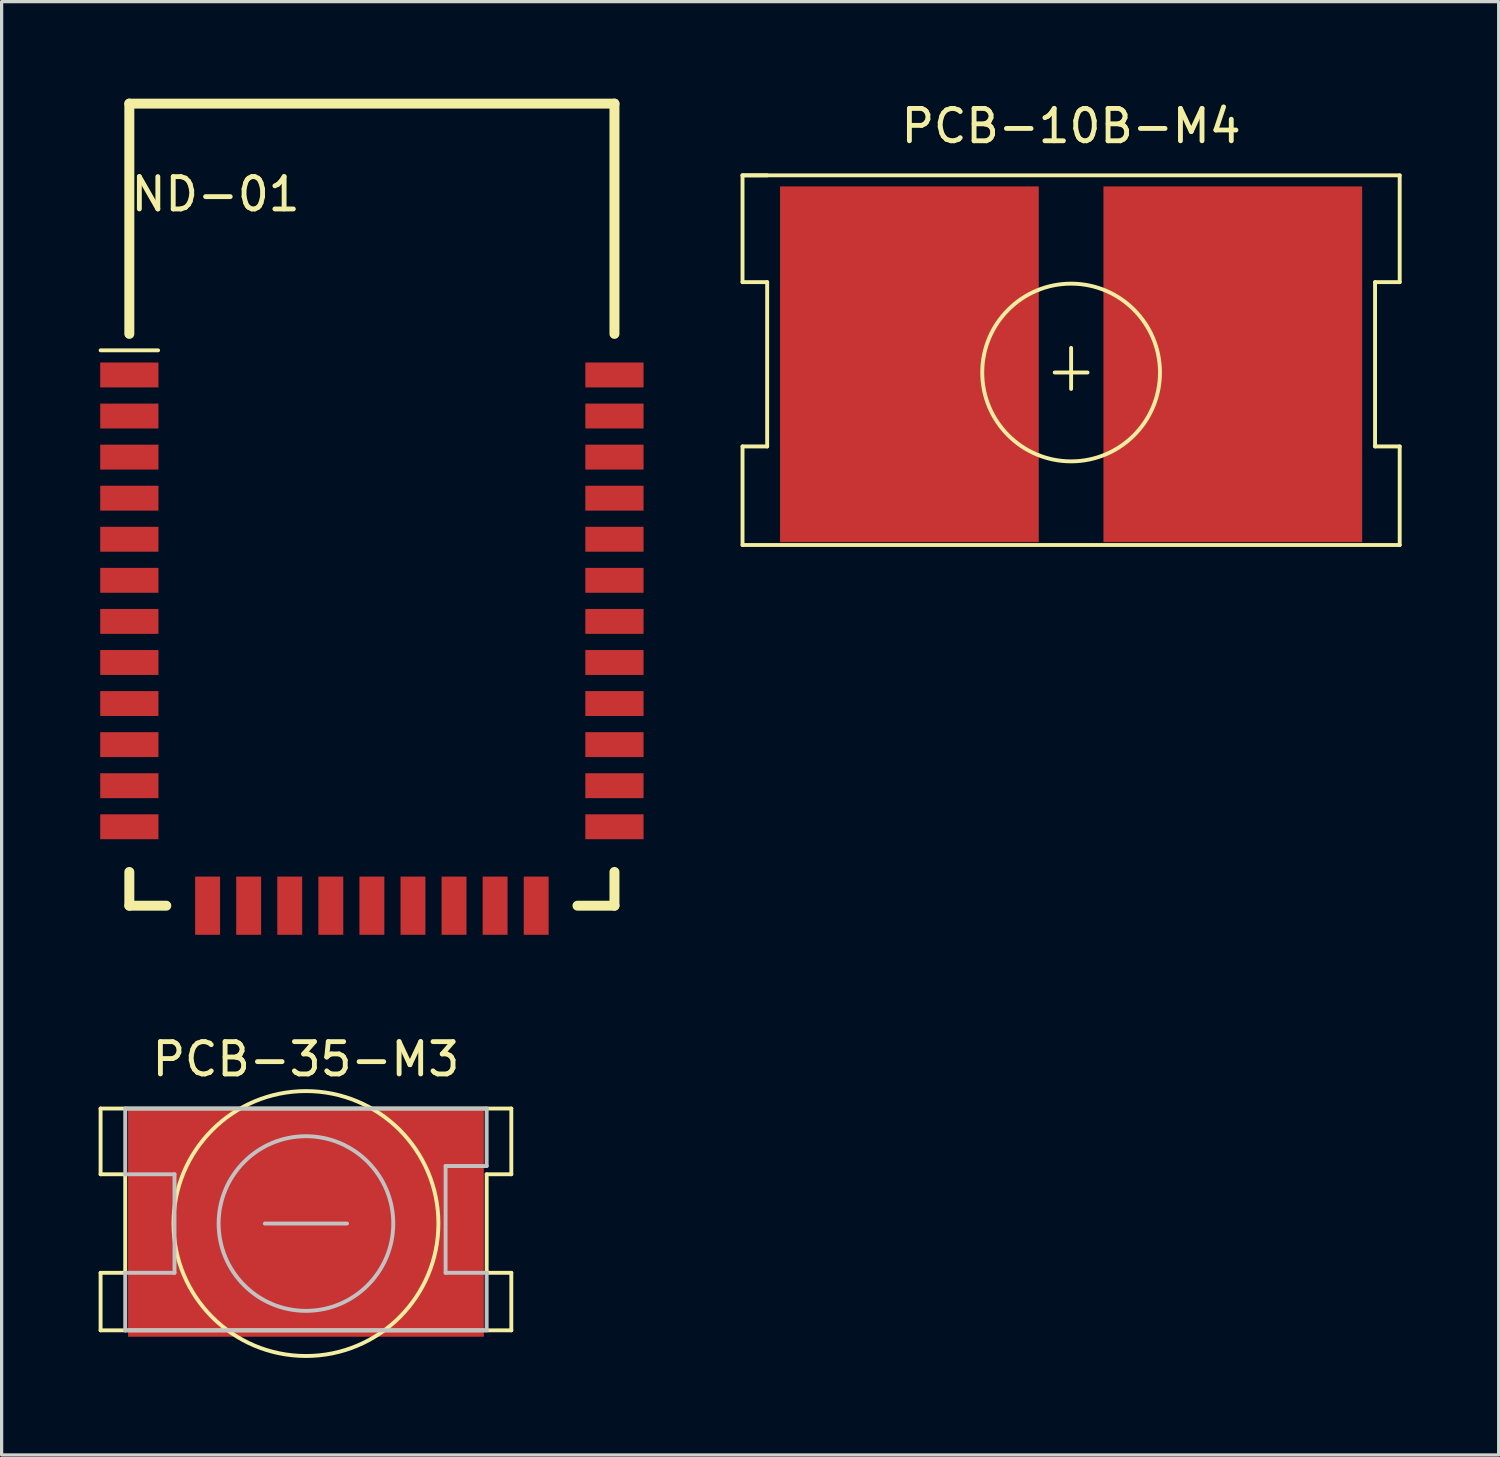
<source format=kicad_pcb>
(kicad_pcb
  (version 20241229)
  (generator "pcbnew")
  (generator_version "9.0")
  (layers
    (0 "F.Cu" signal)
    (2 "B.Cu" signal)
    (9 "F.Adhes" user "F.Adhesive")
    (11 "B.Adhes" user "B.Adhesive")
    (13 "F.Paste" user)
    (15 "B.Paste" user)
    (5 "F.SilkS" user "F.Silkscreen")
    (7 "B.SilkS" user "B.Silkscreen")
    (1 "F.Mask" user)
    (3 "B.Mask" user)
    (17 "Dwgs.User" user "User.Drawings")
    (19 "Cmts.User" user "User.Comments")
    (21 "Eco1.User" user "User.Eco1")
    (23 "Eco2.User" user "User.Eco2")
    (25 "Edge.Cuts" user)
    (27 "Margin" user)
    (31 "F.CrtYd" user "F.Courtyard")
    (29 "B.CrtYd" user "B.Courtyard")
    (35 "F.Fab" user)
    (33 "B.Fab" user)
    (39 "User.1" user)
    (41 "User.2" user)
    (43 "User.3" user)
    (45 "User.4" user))
  (footprint "ND-01"
    (layer "F.Cu")
    (at 0.949 8.544)
    (property "Reference" "ND-01" (at 2.667 -5.588 0) (layer "F.SilkS") (effects (font (size 1 1) (thickness 0.15))))
    (attr through_hole)
    (fp_line (start -0.889 -0.762) (end 0.889 -0.762) (stroke (width 0.12) (type solid)) (layer "F.SilkS"))
    (fp_line (start 0 -8.39) (end 0 -1.27) (stroke (width 0.308) (type solid)) (layer "F.SilkS"))
    (fp_line (start 0 -8.39) (end 15 -8.39) (stroke (width 0.308) (type solid)) (layer "F.SilkS"))
    (fp_line (start 0 16.41) (end 0 15.367) (stroke (width 0.308) (type solid)) (layer "F.SilkS"))
    (fp_line (start 0 16.41) (end 1.143 16.41) (stroke (width 0.308) (type solid)) (layer "F.SilkS"))
    (fp_line (start 15 -8.39) (end 15 -1.27) (stroke (width 0.308) (type solid)) (layer "F.SilkS"))
    (fp_line (start 15 16.41) (end 13.857 16.41) (stroke (width 0.308) (type solid)) (layer "F.SilkS"))
    (fp_line (start 15 16.41) (end 15 15.367) (stroke (width 0.308) (type solid)) (layer "F.SilkS"))
    (pad "1" smd rect (at 0 0) (size 1.8 0.77) (layers "F.Cu" "F.Mask" "F.Paste"))
    (pad "2" smd rect (at 0 1.27) (size 1.8 0.77) (layers "F.Cu" "F.Mask" "F.Paste"))
    (pad "3" smd rect (at 0 2.54) (size 1.8 0.77) (layers "F.Cu" "F.Mask" "F.Paste"))
    (pad "4" smd rect (at 0 3.81) (size 1.8 0.77) (layers "F.Cu" "F.Mask" "F.Paste"))
    (pad "5" smd rect (at 0 5.08) (size 1.8 0.77) (layers "F.Cu" "F.Mask" "F.Paste"))
    (pad "6" smd rect (at 0 6.35) (size 1.8 0.77) (layers "F.Cu" "F.Mask" "F.Paste"))
    (pad "7" smd rect (at 0 7.62) (size 1.8 0.77) (layers "F.Cu" "F.Mask" "F.Paste"))
    (pad "8" smd rect (at 0 8.89) (size 1.8 0.77) (layers "F.Cu" "F.Mask" "F.Paste"))
    (pad "9" smd rect (at 0 10.16) (size 1.8 0.77) (layers "F.Cu" "F.Mask" "F.Paste"))
    (pad "10" smd rect (at 0 11.43) (size 1.8 0.77) (layers "F.Cu" "F.Mask" "F.Paste"))
    (pad "11" smd rect (at 0 12.7) (size 1.8 0.77) (layers "F.Cu" "F.Mask" "F.Paste"))
    (pad "12" smd rect (at 0 13.97) (size 1.8 0.77) (layers "F.Cu" "F.Mask" "F.Paste"))
    (pad "13" smd rect (at 2.42 16.41 90) (size 1.8 0.77) (layers "F.Cu" "F.Mask" "F.Paste"))
    (pad "14" smd rect (at 3.69 16.41 90) (size 1.8 0.77) (layers "F.Cu" "F.Mask" "F.Paste"))
    (pad "15" smd rect (at 4.96 16.41 90) (size 1.8 0.77) (layers "F.Cu" "F.Mask" "F.Paste"))
    (pad "16" smd rect (at 6.23 16.41 90) (size 1.8 0.77) (layers "F.Cu" "F.Mask" "F.Paste"))
    (pad "17" smd rect (at 7.5 16.41 90) (size 1.8 0.77) (layers "F.Cu" "F.Mask" "F.Paste"))
    (pad "18" smd rect (at 8.77 16.41 90) (size 1.8 0.77) (layers "F.Cu" "F.Mask" "F.Paste"))
    (pad "19" smd rect (at 10.04 16.41 90) (size 1.8 0.77) (layers "F.Cu" "F.Mask" "F.Paste"))
    (pad "20" smd rect (at 11.31 16.41 90) (size 1.8 0.77) (layers "F.Cu" "F.Mask" "F.Paste"))
    (pad "21" smd rect (at 12.58 16.41 90) (size 1.8 0.77) (layers "F.Cu" "F.Mask" "F.Paste"))
    (pad "22" smd rect (at 15 13.97) (size 1.8 0.77) (layers "F.Cu" "F.Mask" "F.Paste"))
    (pad "23" smd rect (at 15 12.7) (size 1.8 0.77) (layers "F.Cu" "F.Mask" "F.Paste"))
    (pad "24" smd rect (at 15 11.43) (size 1.8 0.77) (layers "F.Cu" "F.Mask" "F.Paste"))
    (pad "25" smd rect (at 15 10.16) (size 1.8 0.77) (layers "F.Cu" "F.Mask" "F.Paste"))
    (pad "26" smd rect (at 15 8.89) (size 1.8 0.77) (layers "F.Cu" "F.Mask" "F.Paste"))
    (pad "27" smd rect (at 15 7.62) (size 1.8 0.77) (layers "F.Cu" "F.Mask" "F.Paste"))
    (pad "28" smd rect (at 15 6.35) (size 1.8 0.77) (layers "F.Cu" "F.Mask" "F.Paste"))
    (pad "29" smd rect (at 15 5.08) (size 1.8 0.77) (layers "F.Cu" "F.Mask" "F.Paste"))
    (pad "30" smd rect (at 15 3.81) (size 1.8 0.77) (layers "F.Cu" "F.Mask" "F.Paste"))
    (pad "31" smd rect (at 15 2.54) (size 1.8 0.77) (layers "F.Cu" "F.Mask" "F.Paste"))
    (pad "32" smd rect (at 15 1.27) (size 1.8 0.77) (layers "F.Cu" "F.Mask" "F.Paste"))
    (pad "33" smd rect (at 15 0) (size 1.8 0.77) (layers "F.Cu" "F.Mask" "F.Paste")))
  (footprint "PCB-10B-M4"
    (layer "F.Cu")
    (at 30.069 8.214)
    (property "Reference" "PCB-10B-M4" (at 0 -7.366 0) (layer "F.SilkS") (effects (font (size 1 1) (thickness 0.15))))
    (attr through_hole)
    (fp_line (start -10.16 -5.842) (end -10.16 -2.54) (stroke (width 0.12) (type solid)) (layer "F.SilkS"))
    (fp_line (start -10.16 -2.54) (end -9.398 -2.54) (stroke (width 0.12) (type solid)) (layer "F.SilkS"))
    (fp_line (start -10.16 2.54) (end -10.16 5.588) (stroke (width 0.12) (type solid)) (layer "F.SilkS"))
    (fp_line (start -10.16 5.588) (end 10.16 5.588) (stroke (width 0.12) (type solid)) (layer "F.SilkS"))
    (fp_line (start -9.398 -5.842) (end -10.16 -5.842) (stroke (width 0.12) (type solid)) (layer "F.SilkS"))
    (fp_line (start -9.398 -2.54) (end -9.398 2.54) (stroke (width 0.12) (type solid)) (layer "F.SilkS"))
    (fp_line (start -9.398 2.54) (end -10.16 2.54) (stroke (width 0.12) (type solid)) (layer "F.SilkS"))
    (fp_line (start -0.508 0.254) (end 0.508 0.254) (stroke (width 0.12) (type solid)) (layer "F.SilkS"))
    (fp_line (start 0 -0.508) (end 0 0.762) (stroke (width 0.12) (type solid)) (layer "F.SilkS"))
    (fp_line (start 9.398 -2.54) (end 10.16 -2.54) (stroke (width 0.12) (type solid)) (layer "F.SilkS"))
    (fp_line (start 9.398 2.54) (end 9.398 -2.54) (stroke (width 0.12) (type solid)) (layer "F.SilkS"))
    (fp_line (start 10.16 -5.842) (end -10.16 -5.842) (stroke (width 0.12) (type solid)) (layer "F.SilkS"))
    (fp_line (start 10.16 -2.54) (end 10.16 -5.842) (stroke (width 0.12) (type solid)) (layer "F.SilkS"))
    (fp_line (start 10.16 2.54) (end 9.398 2.54) (stroke (width 0.12) (type solid)) (layer "F.SilkS"))
    (fp_line (start 10.16 5.588) (end 10.16 2.54) (stroke (width 0.12) (type solid)) (layer "F.SilkS"))
    (fp_circle (center 0 0.254) (end -2.286 -1.27) (stroke (width 0.12) (type solid)) (fill no) (layer "F.SilkS"))
    (pad "1" connect rect (at -5 0) (size 8 11) (layers "F.Cu" "F.Mask"))
    (pad "1" connect rect (at 5 0) (size 8 11) (layers "F.Cu" "F.Mask")))
  (footprint "PCB-35-M3"
    (layer "F.Cu")
    (at 6.41 34.782)
    (property "Reference" "PCB-35-M3" (at 0 -5.08 0) (layer "F.SilkS") (effects (font (size 1 1) (thickness 0.15))))
    (attr through_hole)
    (fp_line (start -6.35 -3.556) (end 6.35 -3.556) (stroke (width 0.12) (type solid)) (layer "F.SilkS"))
    (fp_line (start -6.35 -1.524) (end -6.35 -3.556) (stroke (width 0.12) (type solid)) (layer "F.SilkS"))
    (fp_line (start -6.35 1.524) (end -5.588 1.524) (stroke (width 0.12) (type solid)) (layer "F.SilkS"))
    (fp_line (start -6.35 3.302) (end -6.35 1.524) (stroke (width 0.12) (type solid)) (layer "F.SilkS"))
    (fp_line (start -5.588 -1.524) (end -6.35 -1.524) (stroke (width 0.12) (type solid)) (layer "F.SilkS"))
    (fp_line (start -5.588 1.524) (end -5.588 -1.524) (stroke (width 0.12) (type solid)) (layer "F.SilkS"))
    (fp_line (start -5.588 3.302) (end -6.35 3.302) (stroke (width 0.12) (type solid)) (layer "F.SilkS"))
    (fp_line (start 5.588 -1.524) (end 5.588 1.524) (stroke (width 0.12) (type solid)) (layer "F.SilkS"))
    (fp_line (start 5.588 1.524) (end 6.35 1.524) (stroke (width 0.12) (type solid)) (layer "F.SilkS"))
    (fp_line (start 6.35 -3.556) (end 6.35 -1.524) (stroke (width 0.12) (type solid)) (layer "F.SilkS"))
    (fp_line (start 6.35 -1.524) (end 5.588 -1.524) (stroke (width 0.12) (type solid)) (layer "F.SilkS"))
    (fp_line (start 6.35 1.524) (end 6.35 3.302) (stroke (width 0.12) (type solid)) (layer "F.SilkS"))
    (fp_line (start 6.35 3.302) (end -5.588 3.302) (stroke (width 0.12) (type solid)) (layer "F.SilkS"))
    (fp_circle (center 0 0) (end -0.508 -4.064) (stroke (width 0.12) (type solid)) (fill no) (layer "F.SilkS"))
    (fp_line (start -5.588 -3.556) (end -5.588 -1.524) (stroke (width 0.12) (type solid)) (layer "Dwgs.User"))
    (fp_line (start -5.588 -1.524) (end -4.064 -1.524) (stroke (width 0.12) (type solid)) (layer "Dwgs.User"))
    (fp_line (start -5.588 1.524) (end -5.588 3.302) (stroke (width 0.12) (type solid)) (layer "Dwgs.User"))
    (fp_line (start -5.588 3.302) (end 5.588 3.302) (stroke (width 0.12) (type solid)) (layer "Dwgs.User"))
    (fp_line (start -4.064 -1.524) (end -4.064 1.524) (stroke (width 0.12) (type solid)) (layer "Dwgs.User"))
    (fp_line (start -4.064 1.524) (end -5.588 1.524) (stroke (width 0.12) (type solid)) (layer "Dwgs.User"))
    (fp_line (start -1.27 0) (end 1.27 0) (stroke (width 0.12) (type solid)) (layer "Dwgs.User"))
    (fp_line (start 4.318 -1.778) (end 5.588 -1.778) (stroke (width 0.12) (type solid)) (layer "Dwgs.User"))
    (fp_line (start 4.318 1.524) (end 4.318 -1.778) (stroke (width 0.12) (type solid)) (layer "Dwgs.User"))
    (fp_line (start 5.588 -3.556) (end -5.588 -3.556) (stroke (width 0.12) (type solid)) (layer "Dwgs.User"))
    (fp_line (start 5.588 -1.778) (end 5.588 -3.556) (stroke (width 0.12) (type solid)) (layer "Dwgs.User"))
    (fp_line (start 5.588 1.524) (end 4.318 1.524) (stroke (width 0.12) (type solid)) (layer "Dwgs.User"))
    (fp_line (start 5.588 3.302) (end 5.588 1.524) (stroke (width 0.12) (type solid)) (layer "Dwgs.User"))
    (fp_circle (center 0 0) (end -2.032 -1.778) (stroke (width 0.12) (type solid)) (fill no) (layer "Dwgs.User"))
    (pad "1" connect rect (at 0 0) (size 11 7) (layers "F.Cu" "F.Mask")))
  (gr_rect
    (start -3 -3)
    (end 43.289 41.938)
    (stroke (width 0.1) (type default))
    (fill no)
    (layer "Edge.Cuts")))
</source>
